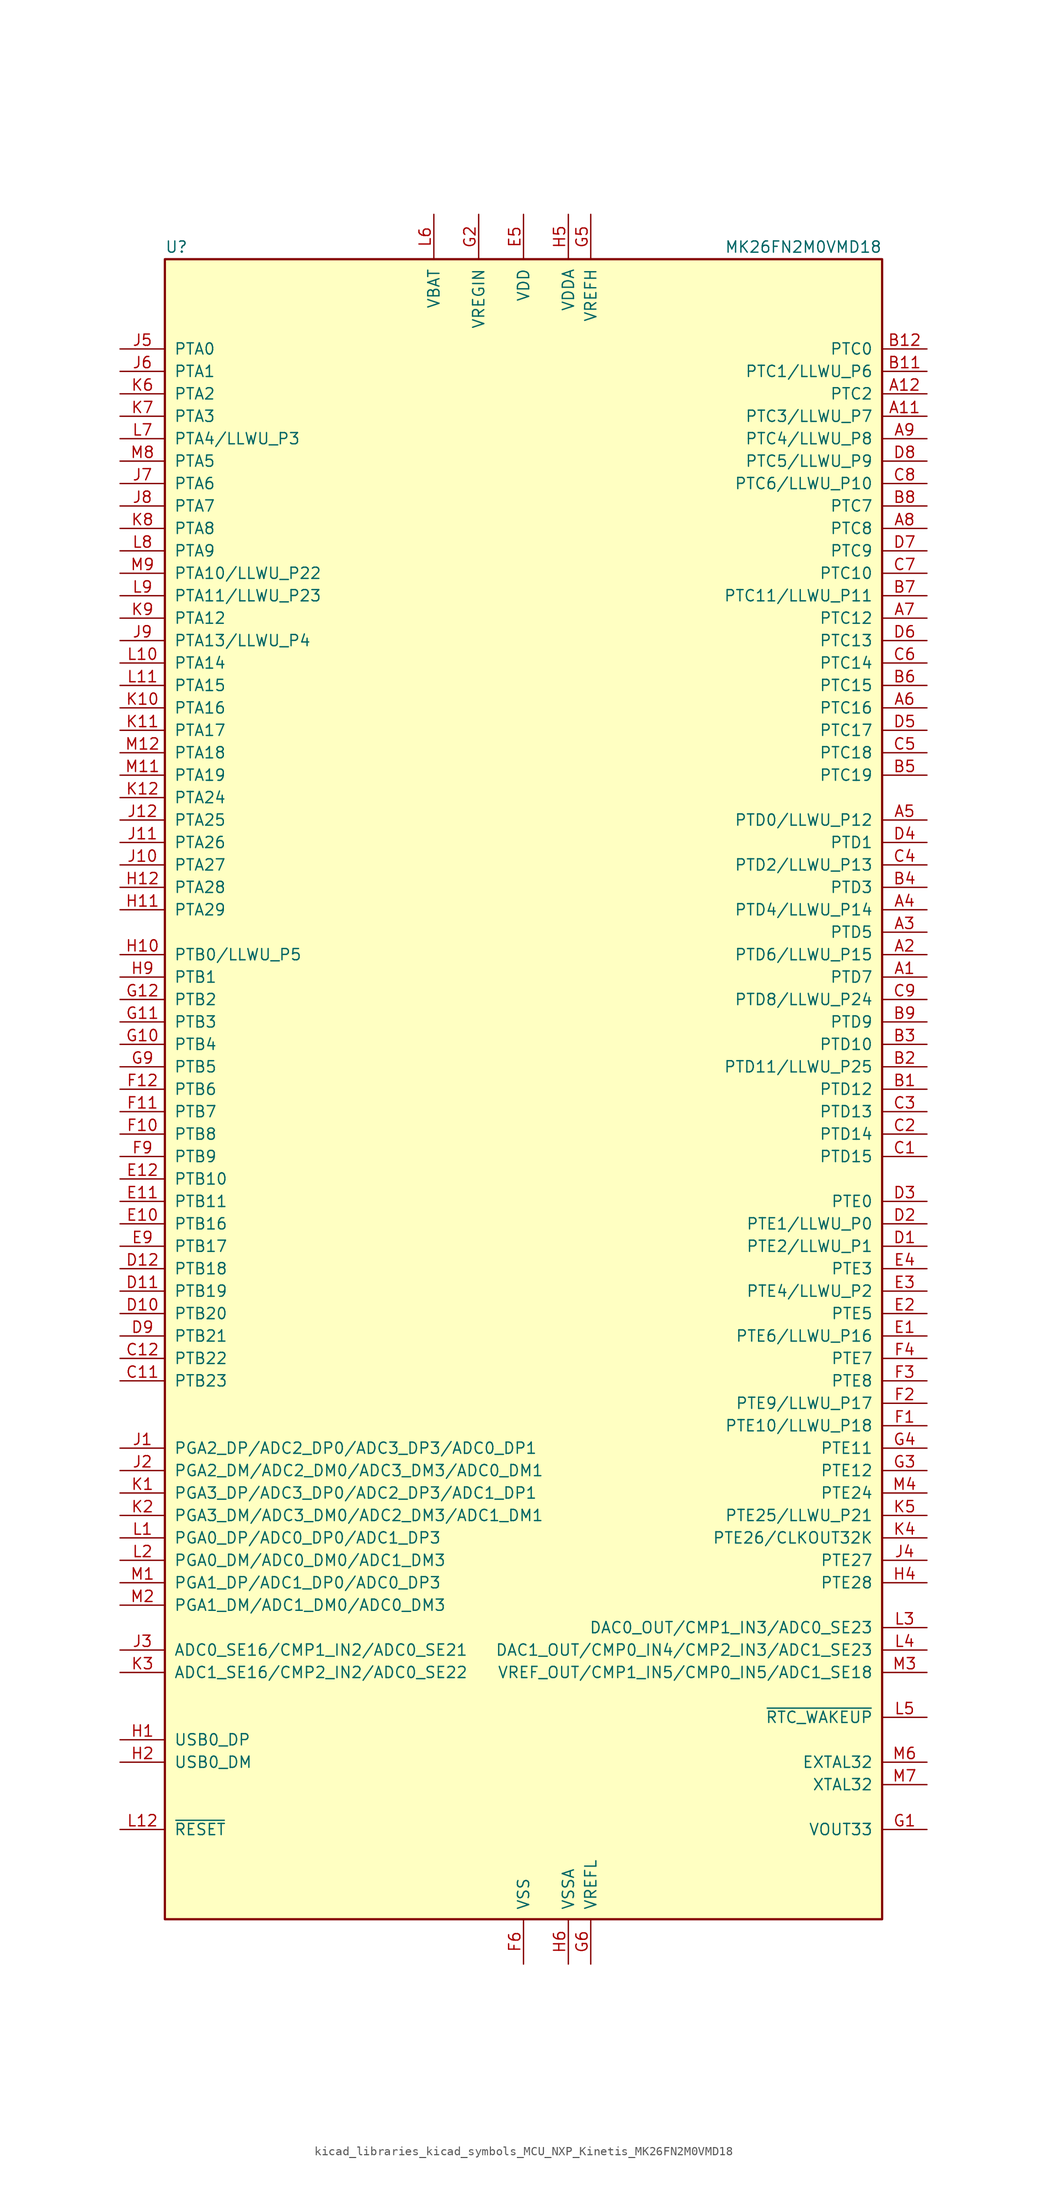
<source format=kicad_sym>
(kicad_symbol_lib
  (version 20220914)
  (generator kicad_symbol_editor)
  (symbol "kicad_libraries_kicad_symbols_MCU_NXP_Kinetis_MK26FN2M0VMD18"
    (pin_names
      (offset 1.016))
    (property "Reference" "U"
      (at -40.64 94.615 0)
      (effects (font (size 1.27 1.27)) (justify left bottom)))
    (property "Value" "MK26FN2M0VMD18"
      (at 40.64 94.615 0)
      (effects (font (size 1.27 1.27)) (justify right bottom)))
    (symbol "kicad_libraries_kicad_symbols_MCU_NXP_Kinetis_MK26FN2M0VMD18_0_1"
      (rectangle (start -40.64 93.98) (end 40.64 -93.98) (stroke (width 0.254) (type default)) (fill (type background))))
    (symbol "kicad_libraries_kicad_symbols_MCU_NXP_Kinetis_MK26FN2M0VMD18_1_1"
      (pin bidirectional line (at 45.72 12.7 180) (length 5.08) (name "PTD7" (effects (font (size 1.27 1.27)))) (number "A1" (effects (font (size 1.27 1.27)))))
      (pin no_connect line (at -12.7 -93.98 90) (length 5.08) hide (name "NC" (effects (font (size 1.27 1.27)))) (number "A10" (effects (font (size 1.27 1.27)))))
      (pin bidirectional line (at 45.72 76.2 180) (length 5.08) (name "PTC3/LLWU_P7" (effects (font (size 1.27 1.27)))) (number "A11" (effects (font (size 1.27 1.27)))))
      (pin bidirectional line (at 45.72 78.74 180) (length 5.08) (name "PTC2" (effects (font (size 1.27 1.27)))) (number "A12" (effects (font (size 1.27 1.27)))))
      (pin bidirectional line (at 45.72 15.24 180) (length 5.08) (name "PTD6/LLWU_P15" (effects (font (size 1.27 1.27)))) (number "A2" (effects (font (size 1.27 1.27)))))
      (pin bidirectional line (at 45.72 17.78 180) (length 5.08) (name "PTD5" (effects (font (size 1.27 1.27)))) (number "A3" (effects (font (size 1.27 1.27)))))
      (pin bidirectional line (at 45.72 20.32 180) (length 5.08) (name "PTD4/LLWU_P14" (effects (font (size 1.27 1.27)))) (number "A4" (effects (font (size 1.27 1.27)))))
      (pin bidirectional line (at 45.72 30.48 180) (length 5.08) (name "PTD0/LLWU_P12" (effects (font (size 1.27 1.27)))) (number "A5" (effects (font (size 1.27 1.27)))))
      (pin bidirectional line (at 45.72 43.18 180) (length 5.08) (name "PTC16" (effects (font (size 1.27 1.27)))) (number "A6" (effects (font (size 1.27 1.27)))))
      (pin bidirectional line (at 45.72 53.34 180) (length 5.08) (name "PTC12" (effects (font (size 1.27 1.27)))) (number "A7" (effects (font (size 1.27 1.27)))))
      (pin bidirectional line (at 45.72 63.5 180) (length 5.08) (name "PTC8" (effects (font (size 1.27 1.27)))) (number "A8" (effects (font (size 1.27 1.27)))))
      (pin bidirectional line (at 45.72 73.66 180) (length 5.08) (name "PTC4/LLWU_P8" (effects (font (size 1.27 1.27)))) (number "A9" (effects (font (size 1.27 1.27)))))
      (pin bidirectional line (at 45.72 0 180) (length 5.08) (name "PTD12" (effects (font (size 1.27 1.27)))) (number "B1" (effects (font (size 1.27 1.27)))))
      (pin no_connect line (at -10.16 -93.98 90) (length 5.08) hide (name "NC" (effects (font (size 1.27 1.27)))) (number "B10" (effects (font (size 1.27 1.27)))))
      (pin bidirectional line (at 45.72 81.28 180) (length 5.08) (name "PTC1/LLWU_P6" (effects (font (size 1.27 1.27)))) (number "B11" (effects (font (size 1.27 1.27)))))
      (pin bidirectional line (at 45.72 83.82 180) (length 5.08) (name "PTC0" (effects (font (size 1.27 1.27)))) (number "B12" (effects (font (size 1.27 1.27)))))
      (pin bidirectional line (at 45.72 2.54 180) (length 5.08) (name "PTD11/LLWU_P25" (effects (font (size 1.27 1.27)))) (number "B2" (effects (font (size 1.27 1.27)))))
      (pin bidirectional line (at 45.72 5.08 180) (length 5.08) (name "PTD10" (effects (font (size 1.27 1.27)))) (number "B3" (effects (font (size 1.27 1.27)))))
      (pin bidirectional line (at 45.72 22.86 180) (length 5.08) (name "PTD3" (effects (font (size 1.27 1.27)))) (number "B4" (effects (font (size 1.27 1.27)))))
      (pin bidirectional line (at 45.72 35.56 180) (length 5.08) (name "PTC19" (effects (font (size 1.27 1.27)))) (number "B5" (effects (font (size 1.27 1.27)))))
      (pin bidirectional line (at 45.72 45.72 180) (length 5.08) (name "PTC15" (effects (font (size 1.27 1.27)))) (number "B6" (effects (font (size 1.27 1.27)))))
      (pin bidirectional line (at 45.72 55.88 180) (length 5.08) (name "PTC11/LLWU_P11" (effects (font (size 1.27 1.27)))) (number "B7" (effects (font (size 1.27 1.27)))))
      (pin bidirectional line (at 45.72 66.04 180) (length 5.08) (name "PTC7" (effects (font (size 1.27 1.27)))) (number "B8" (effects (font (size 1.27 1.27)))))
      (pin bidirectional line (at 45.72 7.62 180) (length 5.08) (name "PTD9" (effects (font (size 1.27 1.27)))) (number "B9" (effects (font (size 1.27 1.27)))))
      (pin bidirectional line (at 45.72 -7.62 180) (length 5.08) (name "PTD15" (effects (font (size 1.27 1.27)))) (number "C1" (effects (font (size 1.27 1.27)))))
      (pin no_connect line (at -7.62 -93.98 90) (length 5.08) hide (name "NC" (effects (font (size 1.27 1.27)))) (number "C10" (effects (font (size 1.27 1.27)))))
      (pin bidirectional line (at -45.72 -33.02 0) (length 5.08) (name "PTB23" (effects (font (size 1.27 1.27)))) (number "C11" (effects (font (size 1.27 1.27)))))
      (pin bidirectional line (at -45.72 -30.48 0) (length 5.08) (name "PTB22" (effects (font (size 1.27 1.27)))) (number "C12" (effects (font (size 1.27 1.27)))))
      (pin bidirectional line (at 45.72 -5.08 180) (length 5.08) (name "PTD14" (effects (font (size 1.27 1.27)))) (number "C2" (effects (font (size 1.27 1.27)))))
      (pin bidirectional line (at 45.72 -2.54 180) (length 5.08) (name "PTD13" (effects (font (size 1.27 1.27)))) (number "C3" (effects (font (size 1.27 1.27)))))
      (pin bidirectional line (at 45.72 25.4 180) (length 5.08) (name "PTD2/LLWU_P13" (effects (font (size 1.27 1.27)))) (number "C4" (effects (font (size 1.27 1.27)))))
      (pin bidirectional line (at 45.72 38.1 180) (length 5.08) (name "PTC18" (effects (font (size 1.27 1.27)))) (number "C5" (effects (font (size 1.27 1.27)))))
      (pin bidirectional line (at 45.72 48.26 180) (length 5.08) (name "PTC14" (effects (font (size 1.27 1.27)))) (number "C6" (effects (font (size 1.27 1.27)))))
      (pin bidirectional line (at 45.72 58.42 180) (length 5.08) (name "PTC10" (effects (font (size 1.27 1.27)))) (number "C7" (effects (font (size 1.27 1.27)))))
      (pin bidirectional line (at 45.72 68.58 180) (length 5.08) (name "PTC6/LLWU_P10" (effects (font (size 1.27 1.27)))) (number "C8" (effects (font (size 1.27 1.27)))))
      (pin bidirectional line (at 45.72 10.16 180) (length 5.08) (name "PTD8/LLWU_P24" (effects (font (size 1.27 1.27)))) (number "C9" (effects (font (size 1.27 1.27)))))
      (pin bidirectional line (at 45.72 -17.78 180) (length 5.08) (name "PTE2/LLWU_P1" (effects (font (size 1.27 1.27)))) (number "D1" (effects (font (size 1.27 1.27)))))
      (pin bidirectional line (at -45.72 -25.4 0) (length 5.08) (name "PTB20" (effects (font (size 1.27 1.27)))) (number "D10" (effects (font (size 1.27 1.27)))))
      (pin bidirectional line (at -45.72 -22.86 0) (length 5.08) (name "PTB19" (effects (font (size 1.27 1.27)))) (number "D11" (effects (font (size 1.27 1.27)))))
      (pin bidirectional line (at -45.72 -20.32 0) (length 5.08) (name "PTB18" (effects (font (size 1.27 1.27)))) (number "D12" (effects (font (size 1.27 1.27)))))
      (pin bidirectional line (at 45.72 -15.24 180) (length 5.08) (name "PTE1/LLWU_P0" (effects (font (size 1.27 1.27)))) (number "D2" (effects (font (size 1.27 1.27)))))
      (pin bidirectional line (at 45.72 -12.7 180) (length 5.08) (name "PTE0" (effects (font (size 1.27 1.27)))) (number "D3" (effects (font (size 1.27 1.27)))))
      (pin bidirectional line (at 45.72 27.94 180) (length 5.08) (name "PTD1" (effects (font (size 1.27 1.27)))) (number "D4" (effects (font (size 1.27 1.27)))))
      (pin bidirectional line (at 45.72 40.64 180) (length 5.08) (name "PTC17" (effects (font (size 1.27 1.27)))) (number "D5" (effects (font (size 1.27 1.27)))))
      (pin bidirectional line (at 45.72 50.8 180) (length 5.08) (name "PTC13" (effects (font (size 1.27 1.27)))) (number "D6" (effects (font (size 1.27 1.27)))))
      (pin bidirectional line (at 45.72 60.96 180) (length 5.08) (name "PTC9" (effects (font (size 1.27 1.27)))) (number "D7" (effects (font (size 1.27 1.27)))))
      (pin bidirectional line (at 45.72 71.12 180) (length 5.08) (name "PTC5/LLWU_P9" (effects (font (size 1.27 1.27)))) (number "D8" (effects (font (size 1.27 1.27)))))
      (pin bidirectional line (at -45.72 -27.94 0) (length 5.08) (name "PTB21" (effects (font (size 1.27 1.27)))) (number "D9" (effects (font (size 1.27 1.27)))))
      (pin bidirectional line (at 45.72 -27.94 180) (length 5.08) (name "PTE6/LLWU_P16" (effects (font (size 1.27 1.27)))) (number "E1" (effects (font (size 1.27 1.27)))))
      (pin bidirectional line (at -45.72 -15.24 0) (length 5.08) (name "PTB16" (effects (font (size 1.27 1.27)))) (number "E10" (effects (font (size 1.27 1.27)))))
      (pin bidirectional line (at -45.72 -12.7 0) (length 5.08) (name "PTB11" (effects (font (size 1.27 1.27)))) (number "E11" (effects (font (size 1.27 1.27)))))
      (pin bidirectional line (at -45.72 -10.16 0) (length 5.08) (name "PTB10" (effects (font (size 1.27 1.27)))) (number "E12" (effects (font (size 1.27 1.27)))))
      (pin bidirectional line (at 45.72 -25.4 180) (length 5.08) (name "PTE5" (effects (font (size 1.27 1.27)))) (number "E2" (effects (font (size 1.27 1.27)))))
      (pin bidirectional line (at 45.72 -22.86 180) (length 5.08) (name "PTE4/LLWU_P2" (effects (font (size 1.27 1.27)))) (number "E3" (effects (font (size 1.27 1.27)))))
      (pin bidirectional line (at 45.72 -20.32 180) (length 5.08) (name "PTE3" (effects (font (size 1.27 1.27)))) (number "E4" (effects (font (size 1.27 1.27)))))
      (pin power_in line (at 0 99.06 270) (length 5.08) (name "VDD" (effects (font (size 1.27 1.27)))) (number "E5" (effects (font (size 1.27 1.27)))))
      (pin passive line (at 0 99.06 270) (length 5.08) hide (name "VDD" (effects (font (size 1.27 1.27)))) (number "E6" (effects (font (size 1.27 1.27)))))
      (pin passive line (at 0 99.06 270) (length 5.08) hide (name "VDD" (effects (font (size 1.27 1.27)))) (number "E7" (effects (font (size 1.27 1.27)))))
      (pin passive line (at 0 99.06 270) (length 5.08) hide (name "VDD" (effects (font (size 1.27 1.27)))) (number "E8" (effects (font (size 1.27 1.27)))))
      (pin bidirectional line (at -45.72 -17.78 0) (length 5.08) (name "PTB17" (effects (font (size 1.27 1.27)))) (number "E9" (effects (font (size 1.27 1.27)))))
      (pin bidirectional line (at 45.72 -38.1 180) (length 5.08) (name "PTE10/LLWU_P18" (effects (font (size 1.27 1.27)))) (number "F1" (effects (font (size 1.27 1.27)))))
      (pin bidirectional line (at -45.72 -5.08 0) (length 5.08) (name "PTB8" (effects (font (size 1.27 1.27)))) (number "F10" (effects (font (size 1.27 1.27)))))
      (pin bidirectional line (at -45.72 -2.54 0) (length 5.08) (name "PTB7" (effects (font (size 1.27 1.27)))) (number "F11" (effects (font (size 1.27 1.27)))))
      (pin bidirectional line (at -45.72 0 0) (length 5.08) (name "PTB6" (effects (font (size 1.27 1.27)))) (number "F12" (effects (font (size 1.27 1.27)))))
      (pin bidirectional line (at 45.72 -35.56 180) (length 5.08) (name "PTE9/LLWU_P17" (effects (font (size 1.27 1.27)))) (number "F2" (effects (font (size 1.27 1.27)))))
      (pin bidirectional line (at 45.72 -33.02 180) (length 5.08) (name "PTE8" (effects (font (size 1.27 1.27)))) (number "F3" (effects (font (size 1.27 1.27)))))
      (pin bidirectional line (at 45.72 -30.48 180) (length 5.08) (name "PTE7" (effects (font (size 1.27 1.27)))) (number "F4" (effects (font (size 1.27 1.27)))))
      (pin passive line (at 0 99.06 270) (length 5.08) hide (name "VDD" (effects (font (size 1.27 1.27)))) (number "F5" (effects (font (size 1.27 1.27)))))
      (pin power_in line (at 0 -99.06 90) (length 5.08) (name "VSS" (effects (font (size 1.27 1.27)))) (number "F6" (effects (font (size 1.27 1.27)))))
      (pin passive line (at 0 -99.06 90) (length 5.08) hide (name "VSS" (effects (font (size 1.27 1.27)))) (number "F7" (effects (font (size 1.27 1.27)))))
      (pin passive line (at 0 99.06 270) (length 5.08) hide (name "VDD" (effects (font (size 1.27 1.27)))) (number "F8" (effects (font (size 1.27 1.27)))))
      (pin bidirectional line (at -45.72 -7.62 0) (length 5.08) (name "PTB9" (effects (font (size 1.27 1.27)))) (number "F9" (effects (font (size 1.27 1.27)))))
      (pin power_out line (at 45.72 -83.82 180) (length 5.08) (name "VOUT33" (effects (font (size 1.27 1.27)))) (number "G1" (effects (font (size 1.27 1.27)))))
      (pin bidirectional line (at -45.72 5.08 0) (length 5.08) (name "PTB4" (effects (font (size 1.27 1.27)))) (number "G10" (effects (font (size 1.27 1.27)))))
      (pin bidirectional line (at -45.72 7.62 0) (length 5.08) (name "PTB3" (effects (font (size 1.27 1.27)))) (number "G11" (effects (font (size 1.27 1.27)))))
      (pin bidirectional line (at -45.72 10.16 0) (length 5.08) (name "PTB2" (effects (font (size 1.27 1.27)))) (number "G12" (effects (font (size 1.27 1.27)))))
      (pin power_in line (at -5.08 99.06 270) (length 5.08) (name "VREGIN" (effects (font (size 1.27 1.27)))) (number "G2" (effects (font (size 1.27 1.27)))))
      (pin bidirectional line (at 45.72 -43.18 180) (length 5.08) (name "PTE12" (effects (font (size 1.27 1.27)))) (number "G3" (effects (font (size 1.27 1.27)))))
      (pin bidirectional line (at 45.72 -40.64 180) (length 5.08) (name "PTE11" (effects (font (size 1.27 1.27)))) (number "G4" (effects (font (size 1.27 1.27)))))
      (pin power_in line (at 7.62 99.06 270) (length 5.08) (name "VREFH" (effects (font (size 1.27 1.27)))) (number "G5" (effects (font (size 1.27 1.27)))))
      (pin power_in line (at 7.62 -99.06 90) (length 5.08) (name "VREFL" (effects (font (size 1.27 1.27)))) (number "G6" (effects (font (size 1.27 1.27)))))
      (pin passive line (at 0 -99.06 90) (length 5.08) hide (name "VSS" (effects (font (size 1.27 1.27)))) (number "G7" (effects (font (size 1.27 1.27)))))
      (pin passive line (at 0 -99.06 90) (length 5.08) hide (name "VSS" (effects (font (size 1.27 1.27)))) (number "G8" (effects (font (size 1.27 1.27)))))
      (pin bidirectional line (at -45.72 2.54 0) (length 5.08) (name "PTB5" (effects (font (size 1.27 1.27)))) (number "G9" (effects (font (size 1.27 1.27)))))
      (pin bidirectional line (at -45.72 -73.66 0) (length 5.08) (name "USB0_DP" (effects (font (size 1.27 1.27)))) (number "H1" (effects (font (size 1.27 1.27)))))
      (pin bidirectional line (at -45.72 15.24 0) (length 5.08) (name "PTB0/LLWU_P5" (effects (font (size 1.27 1.27)))) (number "H10" (effects (font (size 1.27 1.27)))))
      (pin bidirectional line (at -45.72 20.32 0) (length 5.08) (name "PTA29" (effects (font (size 1.27 1.27)))) (number "H11" (effects (font (size 1.27 1.27)))))
      (pin bidirectional line (at -45.72 22.86 0) (length 5.08) (name "PTA28" (effects (font (size 1.27 1.27)))) (number "H12" (effects (font (size 1.27 1.27)))))
      (pin bidirectional line (at -45.72 -76.2 0) (length 5.08) (name "USB0_DM" (effects (font (size 1.27 1.27)))) (number "H2" (effects (font (size 1.27 1.27)))))
      (pin passive line (at 0 -99.06 90) (length 5.08) hide (name "VSS" (effects (font (size 1.27 1.27)))) (number "H3" (effects (font (size 1.27 1.27)))))
      (pin bidirectional line (at 45.72 -55.88 180) (length 5.08) (name "PTE28" (effects (font (size 1.27 1.27)))) (number "H4" (effects (font (size 1.27 1.27)))))
      (pin power_in line (at 5.08 99.06 270) (length 5.08) (name "VDDA" (effects (font (size 1.27 1.27)))) (number "H5" (effects (font (size 1.27 1.27)))))
      (pin power_in line (at 5.08 -99.06 90) (length 5.08) (name "VSSA" (effects (font (size 1.27 1.27)))) (number "H6" (effects (font (size 1.27 1.27)))))
      (pin passive line (at 0 -99.06 90) (length 5.08) hide (name "VSS" (effects (font (size 1.27 1.27)))) (number "H7" (effects (font (size 1.27 1.27)))))
      (pin passive line (at 0 -99.06 90) (length 5.08) hide (name "VSS" (effects (font (size 1.27 1.27)))) (number "H8" (effects (font (size 1.27 1.27)))))
      (pin bidirectional line (at -45.72 12.7 0) (length 5.08) (name "PTB1" (effects (font (size 1.27 1.27)))) (number "H9" (effects (font (size 1.27 1.27)))))
      (pin input line (at -45.72 -40.64 0) (length 5.08) (name "PGA2_DP/ADC2_DP0/ADC3_DP3/ADC0_DP1" (effects (font (size 1.27 1.27)))) (number "J1" (effects (font (size 1.27 1.27)))))
      (pin bidirectional line (at -45.72 25.4 0) (length 5.08) (name "PTA27" (effects (font (size 1.27 1.27)))) (number "J10" (effects (font (size 1.27 1.27)))))
      (pin bidirectional line (at -45.72 27.94 0) (length 5.08) (name "PTA26" (effects (font (size 1.27 1.27)))) (number "J11" (effects (font (size 1.27 1.27)))))
      (pin bidirectional line (at -45.72 30.48 0) (length 5.08) (name "PTA25" (effects (font (size 1.27 1.27)))) (number "J12" (effects (font (size 1.27 1.27)))))
      (pin input line (at -45.72 -43.18 0) (length 5.08) (name "PGA2_DM/ADC2_DM0/ADC3_DM3/ADC0_DM1" (effects (font (size 1.27 1.27)))) (number "J2" (effects (font (size 1.27 1.27)))))
      (pin input line (at -45.72 -63.5 0) (length 5.08) (name "ADC0_SE16/CMP1_IN2/ADC0_SE21" (effects (font (size 1.27 1.27)))) (number "J3" (effects (font (size 1.27 1.27)))))
      (pin bidirectional line (at 45.72 -53.34 180) (length 5.08) (name "PTE27" (effects (font (size 1.27 1.27)))) (number "J4" (effects (font (size 1.27 1.27)))))
      (pin bidirectional line (at -45.72 83.82 0) (length 5.08) (name "PTA0" (effects (font (size 1.27 1.27)))) (number "J5" (effects (font (size 1.27 1.27)))))
      (pin bidirectional line (at -45.72 81.28 0) (length 5.08) (name "PTA1" (effects (font (size 1.27 1.27)))) (number "J6" (effects (font (size 1.27 1.27)))))
      (pin bidirectional line (at -45.72 68.58 0) (length 5.08) (name "PTA6" (effects (font (size 1.27 1.27)))) (number "J7" (effects (font (size 1.27 1.27)))))
      (pin bidirectional line (at -45.72 66.04 0) (length 5.08) (name "PTA7" (effects (font (size 1.27 1.27)))) (number "J8" (effects (font (size 1.27 1.27)))))
      (pin bidirectional line (at -45.72 50.8 0) (length 5.08) (name "PTA13/LLWU_P4" (effects (font (size 1.27 1.27)))) (number "J9" (effects (font (size 1.27 1.27)))))
      (pin input line (at -45.72 -45.72 0) (length 5.08) (name "PGA3_DP/ADC3_DP0/ADC2_DP3/ADC1_DP1" (effects (font (size 1.27 1.27)))) (number "K1" (effects (font (size 1.27 1.27)))))
      (pin bidirectional line (at -45.72 43.18 0) (length 5.08) (name "PTA16" (effects (font (size 1.27 1.27)))) (number "K10" (effects (font (size 1.27 1.27)))))
      (pin bidirectional line (at -45.72 40.64 0) (length 5.08) (name "PTA17" (effects (font (size 1.27 1.27)))) (number "K11" (effects (font (size 1.27 1.27)))))
      (pin bidirectional line (at -45.72 33.02 0) (length 5.08) (name "PTA24" (effects (font (size 1.27 1.27)))) (number "K12" (effects (font (size 1.27 1.27)))))
      (pin input line (at -45.72 -48.26 0) (length 5.08) (name "PGA3_DM/ADC3_DM0/ADC2_DM3/ADC1_DM1" (effects (font (size 1.27 1.27)))) (number "K2" (effects (font (size 1.27 1.27)))))
      (pin input line (at -45.72 -66.04 0) (length 5.08) (name "ADC1_SE16/CMP2_IN2/ADC0_SE22" (effects (font (size 1.27 1.27)))) (number "K3" (effects (font (size 1.27 1.27)))))
      (pin bidirectional line (at 45.72 -50.8 180) (length 5.08) (name "PTE26/CLKOUT32K" (effects (font (size 1.27 1.27)))) (number "K4" (effects (font (size 1.27 1.27)))))
      (pin bidirectional line (at 45.72 -48.26 180) (length 5.08) (name "PTE25/LLWU_P21" (effects (font (size 1.27 1.27)))) (number "K5" (effects (font (size 1.27 1.27)))))
      (pin bidirectional line (at -45.72 78.74 0) (length 5.08) (name "PTA2" (effects (font (size 1.27 1.27)))) (number "K6" (effects (font (size 1.27 1.27)))))
      (pin bidirectional line (at -45.72 76.2 0) (length 5.08) (name "PTA3" (effects (font (size 1.27 1.27)))) (number "K7" (effects (font (size 1.27 1.27)))))
      (pin bidirectional line (at -45.72 63.5 0) (length 5.08) (name "PTA8" (effects (font (size 1.27 1.27)))) (number "K8" (effects (font (size 1.27 1.27)))))
      (pin bidirectional line (at -45.72 53.34 0) (length 5.08) (name "PTA12" (effects (font (size 1.27 1.27)))) (number "K9" (effects (font (size 1.27 1.27)))))
      (pin input line (at -45.72 -50.8 0) (length 5.08) (name "PGA0_DP/ADC0_DP0/ADC1_DP3" (effects (font (size 1.27 1.27)))) (number "L1" (effects (font (size 1.27 1.27)))))
      (pin bidirectional line (at -45.72 48.26 0) (length 5.08) (name "PTA14" (effects (font (size 1.27 1.27)))) (number "L10" (effects (font (size 1.27 1.27)))))
      (pin bidirectional line (at -45.72 45.72 0) (length 5.08) (name "PTA15" (effects (font (size 1.27 1.27)))) (number "L11" (effects (font (size 1.27 1.27)))))
      (pin bidirectional line (at -45.72 -83.82 0) (length 5.08) (name "~{RESET}" (effects (font (size 1.27 1.27)))) (number "L12" (effects (font (size 1.27 1.27)))))
      (pin input line (at -45.72 -53.34 0) (length 5.08) (name "PGA0_DM/ADC0_DM0/ADC1_DM3" (effects (font (size 1.27 1.27)))) (number "L2" (effects (font (size 1.27 1.27)))))
      (pin bidirectional line (at 45.72 -60.96 180) (length 5.08) (name "DAC0_OUT/CMP1_IN3/ADC0_SE23" (effects (font (size 1.27 1.27)))) (number "L3" (effects (font (size 1.27 1.27)))))
      (pin bidirectional line (at 45.72 -63.5 180) (length 5.08) (name "DAC1_OUT/CMP0_IN4/CMP2_IN3/ADC1_SE23" (effects (font (size 1.27 1.27)))) (number "L4" (effects (font (size 1.27 1.27)))))
      (pin output line (at 45.72 -71.12 180) (length 5.08) (name "~{RTC_WAKEUP}" (effects (font (size 1.27 1.27)))) (number "L5" (effects (font (size 1.27 1.27)))))
      (pin power_in line (at -10.16 99.06 270) (length 5.08) (name "VBAT" (effects (font (size 1.27 1.27)))) (number "L6" (effects (font (size 1.27 1.27)))))
      (pin bidirectional line (at -45.72 73.66 0) (length 5.08) (name "PTA4/LLWU_P3" (effects (font (size 1.27 1.27)))) (number "L7" (effects (font (size 1.27 1.27)))))
      (pin bidirectional line (at -45.72 60.96 0) (length 5.08) (name "PTA9" (effects (font (size 1.27 1.27)))) (number "L8" (effects (font (size 1.27 1.27)))))
      (pin bidirectional line (at -45.72 55.88 0) (length 5.08) (name "PTA11/LLWU_P23" (effects (font (size 1.27 1.27)))) (number "L9" (effects (font (size 1.27 1.27)))))
      (pin input line (at -45.72 -55.88 0) (length 5.08) (name "PGA1_DP/ADC1_DP0/ADC0_DP3" (effects (font (size 1.27 1.27)))) (number "M1" (effects (font (size 1.27 1.27)))))
      (pin passive line (at 0 -99.06 90) (length 5.08) hide (name "VSS" (effects (font (size 1.27 1.27)))) (number "M10" (effects (font (size 1.27 1.27)))))
      (pin bidirectional line (at -45.72 35.56 0) (length 5.08) (name "PTA19" (effects (font (size 1.27 1.27)))) (number "M11" (effects (font (size 1.27 1.27)))))
      (pin bidirectional line (at -45.72 38.1 0) (length 5.08) (name "PTA18" (effects (font (size 1.27 1.27)))) (number "M12" (effects (font (size 1.27 1.27)))))
      (pin input line (at -45.72 -58.42 0) (length 5.08) (name "PGA1_DM/ADC1_DM0/ADC0_DM3" (effects (font (size 1.27 1.27)))) (number "M2" (effects (font (size 1.27 1.27)))))
      (pin bidirectional line (at 45.72 -66.04 180) (length 5.08) (name "VREF_OUT/CMP1_IN5/CMP0_IN5/ADC1_SE18" (effects (font (size 1.27 1.27)))) (number "M3" (effects (font (size 1.27 1.27)))))
      (pin bidirectional line (at 45.72 -45.72 180) (length 5.08) (name "PTE24" (effects (font (size 1.27 1.27)))) (number "M4" (effects (font (size 1.27 1.27)))))
      (pin no_connect line (at -5.08 -93.98 90) (length 5.08) hide (name "NC" (effects (font (size 1.27 1.27)))) (number "M5" (effects (font (size 1.27 1.27)))))
      (pin input line (at 45.72 -76.2 180) (length 5.08) (name "EXTAL32" (effects (font (size 1.27 1.27)))) (number "M6" (effects (font (size 1.27 1.27)))))
      (pin output line (at 45.72 -78.74 180) (length 5.08) (name "XTAL32" (effects (font (size 1.27 1.27)))) (number "M7" (effects (font (size 1.27 1.27)))))
      (pin bidirectional line (at -45.72 71.12 0) (length 5.08) (name "PTA5" (effects (font (size 1.27 1.27)))) (number "M8" (effects (font (size 1.27 1.27)))))
      (pin bidirectional line (at -45.72 58.42 0) (length 5.08) (name "PTA10/LLWU_P22" (effects (font (size 1.27 1.27)))) (number "M9" (effects (font (size 1.27 1.27))))))))
</source>
